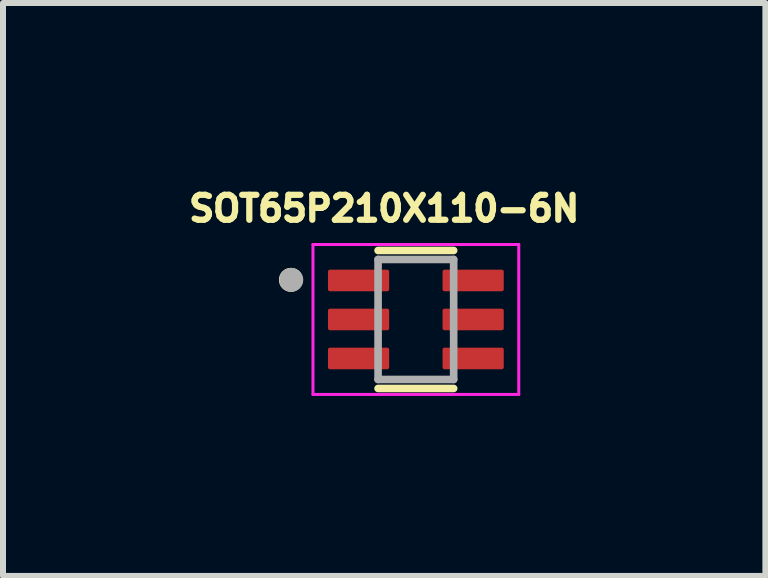
<source format=kicad_pcb>
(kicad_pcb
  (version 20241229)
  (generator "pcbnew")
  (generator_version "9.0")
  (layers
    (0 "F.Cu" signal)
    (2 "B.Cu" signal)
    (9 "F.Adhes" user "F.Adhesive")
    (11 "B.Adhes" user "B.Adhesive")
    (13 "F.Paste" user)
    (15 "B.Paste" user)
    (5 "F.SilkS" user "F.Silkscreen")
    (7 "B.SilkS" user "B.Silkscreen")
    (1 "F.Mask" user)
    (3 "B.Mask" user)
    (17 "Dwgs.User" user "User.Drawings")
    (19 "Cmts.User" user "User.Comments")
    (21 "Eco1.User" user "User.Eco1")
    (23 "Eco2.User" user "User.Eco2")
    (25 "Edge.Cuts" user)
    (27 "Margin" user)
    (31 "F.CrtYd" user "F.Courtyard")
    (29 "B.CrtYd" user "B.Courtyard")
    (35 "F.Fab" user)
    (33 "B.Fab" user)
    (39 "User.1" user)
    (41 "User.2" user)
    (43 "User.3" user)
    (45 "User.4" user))
  (footprint "SOT65P210X110-6N"
    (layer "F.Cu")
    (at 3.882 2.275)
    (property "Reference" "SOT65P210X110-6N" (at -0.528 -1.849 0) (layer "F.SilkS") (effects (font (size 0.416 0.416) (thickness 0.15))))
    (attr through_hole)
    (fp_line (start 0.63 -1.15) (end -0.63 -1.15) (stroke (width 0.127) (type solid)) (layer "F.SilkS"))
    (fp_line (start 0.63 1.15) (end -0.63 1.15) (stroke (width 0.127) (type solid)) (layer "F.SilkS"))
    (fp_circle (center -2.083 -0.66) (end -1.983 -0.66) (stroke (width 0.2) (type solid)) (fill no) (layer "F.SilkS"))
    (fp_line (start -1.715 -1.25) (end -1.715 1.25) (stroke (width 0.05) (type solid)) (layer "F.CrtYd"))
    (fp_line (start -1.715 1.25) (end 1.715 1.25) (stroke (width 0.05) (type solid)) (layer "F.CrtYd"))
    (fp_line (start 1.715 -1.25) (end -1.715 -1.25) (stroke (width 0.05) (type solid)) (layer "F.CrtYd"))
    (fp_line (start 1.715 1.25) (end 1.715 -1.25) (stroke (width 0.05) (type solid)) (layer "F.CrtYd"))
    (fp_line (start -0.63 -1) (end -0.63 1) (stroke (width 0.127) (type solid)) (layer "F.Fab"))
    (fp_line (start -0.63 1) (end 0.63 1) (stroke (width 0.127) (type solid)) (layer "F.Fab"))
    (fp_line (start 0.63 -1) (end -0.63 -1) (stroke (width 0.127) (type solid)) (layer "F.Fab"))
    (fp_line (start 0.63 1) (end 0.63 -1) (stroke (width 0.127) (type solid)) (layer "F.Fab"))
    (fp_circle (center -2.077 -0.66) (end -1.977 -0.66) (stroke (width 0.2) (type solid)) (fill no) (layer "F.Fab"))
    (pad "1" smd roundrect (at -0.955 -0.65) (size 1.02 0.36) (layers "F.Cu" "F.Mask" "F.Paste") (roundrect_rratio 0.09))
    (pad "2" smd roundrect (at -0.955 0) (size 1.02 0.36) (layers "F.Cu" "F.Mask" "F.Paste") (roundrect_rratio 0.09))
    (pad "3" smd roundrect (at -0.955 0.65) (size 1.02 0.36) (layers "F.Cu" "F.Mask" "F.Paste") (roundrect_rratio 0.09))
    (pad "4" smd roundrect (at 0.955 0.65) (size 1.02 0.36) (layers "F.Cu" "F.Mask" "F.Paste") (roundrect_rratio 0.09))
    (pad "5" smd roundrect (at 0.955 0) (size 1.02 0.36) (layers "F.Cu" "F.Mask" "F.Paste") (roundrect_rratio 0.09))
    (pad "6" smd roundrect (at 0.955 -0.65) (size 1.02 0.36) (layers "F.Cu" "F.Mask" "F.Paste") (roundrect_rratio 0.09)))
  (gr_rect
    (start -3 -3)
    (end 9.708 6.55)
    (stroke (width 0.1) (type default))
    (fill no)
    (layer "Edge.Cuts")))
</source>
